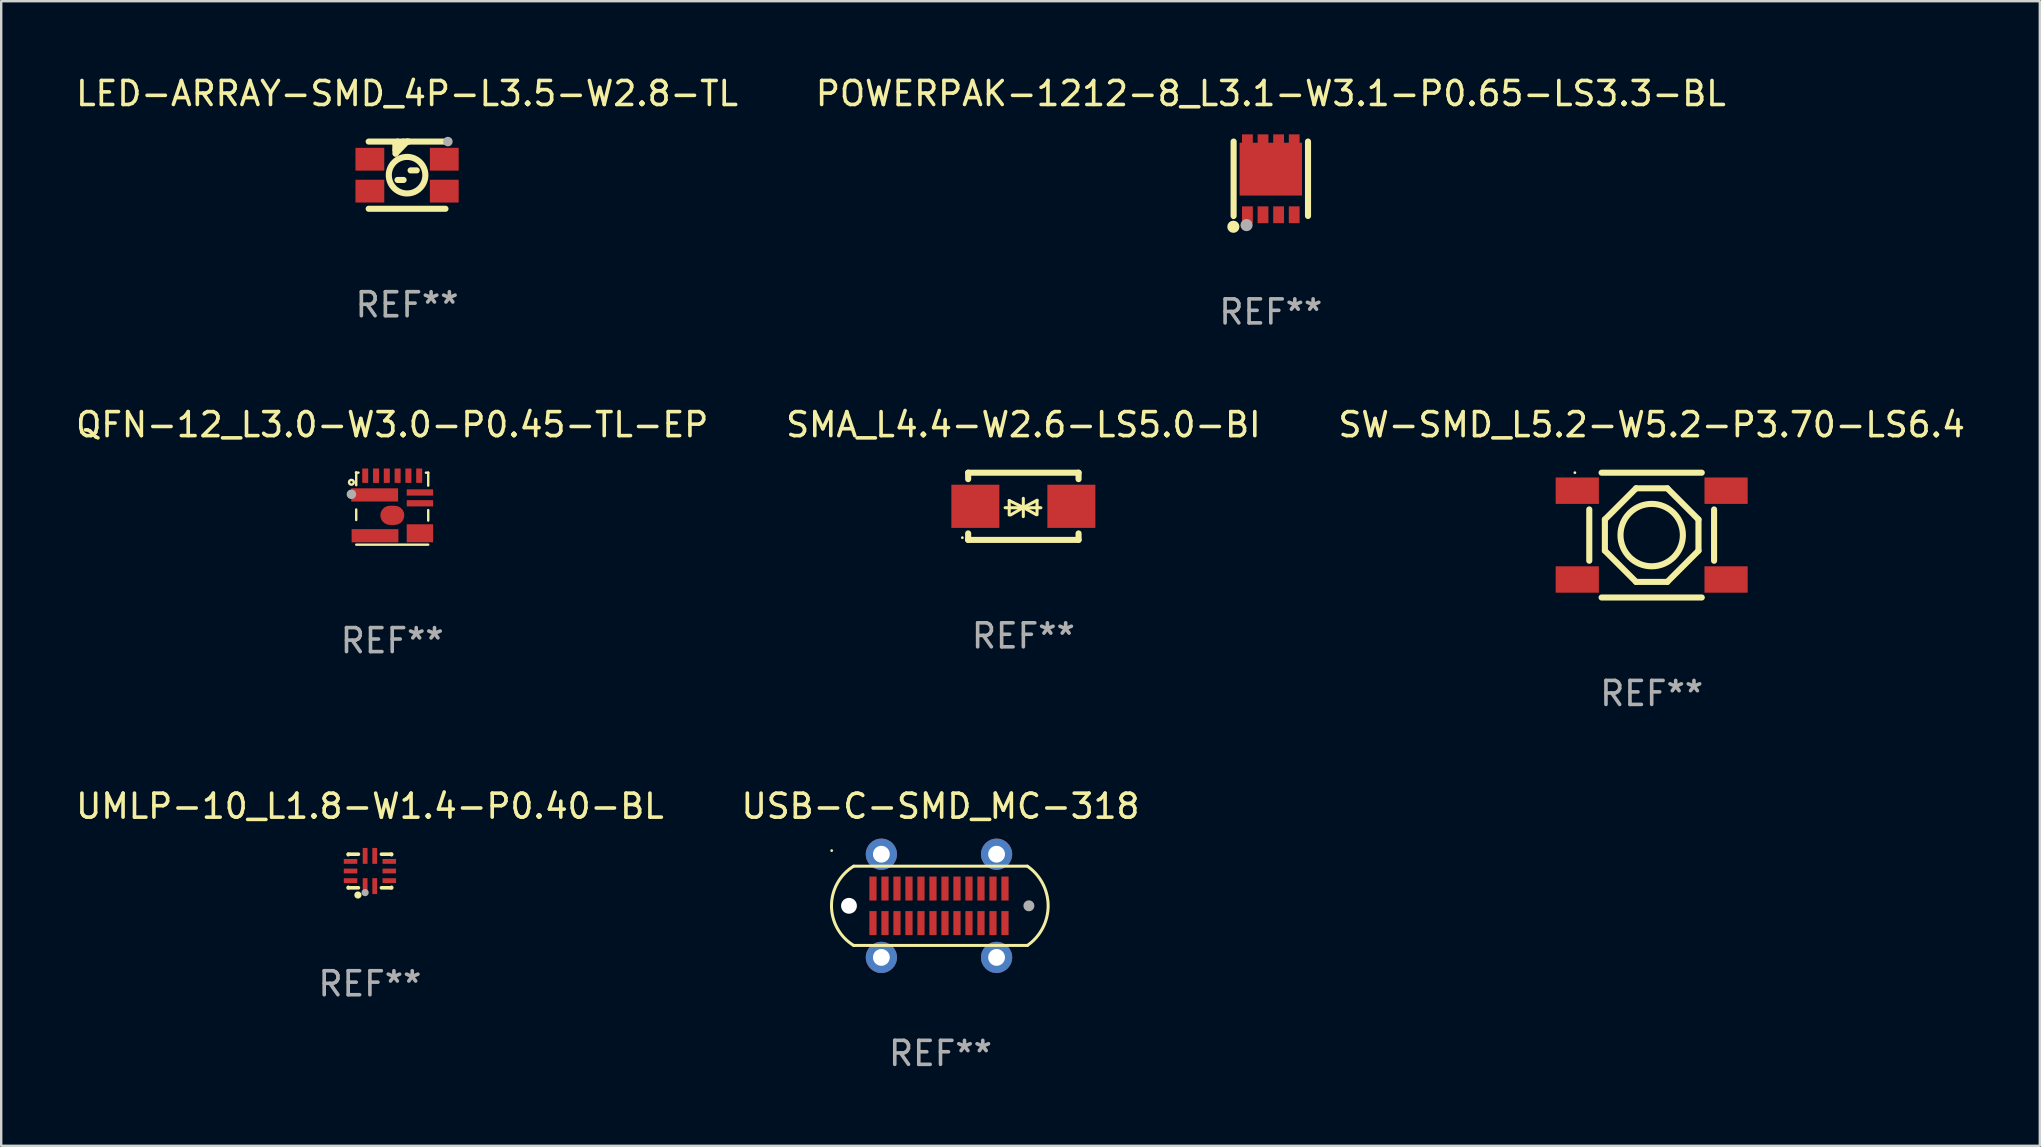
<source format=kicad_pcb>
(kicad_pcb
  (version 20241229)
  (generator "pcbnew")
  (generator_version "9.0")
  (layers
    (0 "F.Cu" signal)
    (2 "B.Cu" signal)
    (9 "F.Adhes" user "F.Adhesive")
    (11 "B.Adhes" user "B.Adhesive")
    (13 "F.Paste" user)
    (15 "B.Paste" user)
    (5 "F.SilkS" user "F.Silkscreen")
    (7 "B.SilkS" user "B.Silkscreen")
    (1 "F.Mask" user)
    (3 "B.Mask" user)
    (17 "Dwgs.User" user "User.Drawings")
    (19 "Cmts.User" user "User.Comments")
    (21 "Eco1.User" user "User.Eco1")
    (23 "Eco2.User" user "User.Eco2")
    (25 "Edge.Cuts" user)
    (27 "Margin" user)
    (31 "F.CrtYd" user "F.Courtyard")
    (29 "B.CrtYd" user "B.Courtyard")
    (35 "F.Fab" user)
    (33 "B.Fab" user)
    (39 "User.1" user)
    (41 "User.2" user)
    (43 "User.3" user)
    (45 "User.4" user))
  (footprint "SMA_L4.4-W2.6-LS5.0-BI"
    (layer "F.Cu")
    (at 39.589 18.045)
    (property "Reference" "SMA_L4.4-W2.6-LS5.0-BI" (at 0 -3.4 0) (layer "F.SilkS") (effects (font (size 1 1) (thickness 0.15))))
    (attr through_hole)
    (fp_line (start -2.3 -1.4) (end -2.3 -1.131) (stroke (width 0.254) (type solid)) (layer "F.SilkS"))
    (fp_line (start -2.3 -1.4) (end 2.3 -1.4) (stroke (width 0.254) (type solid)) (layer "F.SilkS"))
    (fp_line (start -2.3 1.131) (end -2.3 1.4) (stroke (width 0.254) (type solid)) (layer "F.SilkS"))
    (fp_line (start -2.3 1.4) (end 2.3 1.4) (stroke (width 0.254) (type solid)) (layer "F.SilkS"))
    (fp_line (start -0.76 0.06) (end 0.73 0.06) (stroke (width 0.127) (type solid)) (layer "F.SilkS"))
    (fp_line (start -0.59 -0.24) (end -0.59 0.36) (stroke (width 0.127) (type solid)) (layer "F.SilkS"))
    (fp_line (start -0.59 -0.24) (end -0.002 0.049) (stroke (width 0.127) (type solid)) (layer "F.SilkS"))
    (fp_line (start -0.53 0.36) (end -0.002 0.049) (stroke (width 0.127) (type solid)) (layer "F.SilkS"))
    (fp_line (start -0.002 0.049) (end -0.002 -0.332) (stroke (width 0.127) (type solid)) (layer "F.SilkS"))
    (fp_line (start -0.002 0.049) (end -0.002 0.43) (stroke (width 0.127) (type solid)) (layer "F.SilkS"))
    (fp_line (start 0.54 0.35) (end -0.002 0.049) (stroke (width 0.127) (type solid)) (layer "F.SilkS"))
    (fp_line (start 0.57 -0.25) (end -0.002 0.049) (stroke (width 0.127) (type solid)) (layer "F.SilkS"))
    (fp_line (start 0.57 -0.25) (end 0.57 0.35) (stroke (width 0.127) (type solid)) (layer "F.SilkS"))
    (fp_line (start 2.3 -1.4) (end 2.3 -1.131) (stroke (width 0.254) (type solid)) (layer "F.SilkS"))
    (fp_line (start 2.3 1.131) (end 2.3 1.4) (stroke (width 0.254) (type solid)) (layer "F.SilkS"))
    (fp_circle (center -2.542 1.308) (end -2.512 1.308) (stroke (width 0.06) (type solid)) (fill no) (layer "F.SilkS"))
    (fp_text user "REF**" (at 0 5.4 0) (layer "F.Fab") (effects (font (size 1 1) (thickness 0.15))))
    (pad "1" smd rect (at -2 0) (size 2 1.8) (layers "F.Cu" "F.Mask" "F.Paste"))
    (pad "2" smd rect (at 2 0) (size 2 1.8) (layers "F.Cu" "F.Mask" "F.Paste")))
  (footprint "LED-ARRAY-SMD_4P-L3.5-W2.8-TL"
    (layer "F.Cu")
    (at 13.911 4.249)
    (property "Reference" "LED-ARRAY-SMD_4P-L3.5-W2.8-TL" (at 0 -3.401 0) (layer "F.SilkS") (effects (font (size 1 1) (thickness 0.15))))
    (attr through_hole)
    (fp_line (start -1.6 -1.4) (end 1.6 -1.4) (stroke (width 0.254) (type solid)) (layer "F.SilkS"))
    (fp_line (start -0.479 -1.321) (end -0.4 -1.4) (stroke (width 0.254) (type solid)) (layer "F.SilkS"))
    (fp_line (start -0.479 -1.04) (end -0.479 -1.321) (stroke (width 0.254) (type solid)) (layer "F.SilkS"))
    (fp_line (start -0.478 -1.322) (end -0.478 -0.9) (stroke (width 0.254) (type solid)) (layer "F.SilkS"))
    (fp_line (start -0.478 -0.9) (end 0.000076 -1.4) (stroke (width 0.254) (type solid)) (layer "F.SilkS"))
    (fp_line (start -0.153 -1.4) (end -0.153 -1.366) (stroke (width 0.254) (type solid)) (layer "F.SilkS"))
    (fp_line (start -0.153 -1.366) (end -0.479 -1.04) (stroke (width 0.254) (type solid)) (layer "F.SilkS"))
    (fp_line (start -0.145 0.199) (end -0.399 0.199) (stroke (width 0.254) (type solid)) (layer "F.SilkS"))
    (fp_line (start 0.000076 -1.4) (end 0.068 -1.401) (stroke (width 0.254) (type solid)) (layer "F.SilkS"))
    (fp_line (start 0.401 -0.2) (end 0.147 -0.2) (stroke (width 0.254) (type solid)) (layer "F.SilkS"))
    (fp_line (start 1.6 1.4) (end -1.6 1.4) (stroke (width 0.254) (type solid)) (layer "F.SilkS"))
    (fp_circle (center 0.000254 -0.000127) (end 0.762 -0.000127) (stroke (width 0.254) (type solid)) (fill no) (layer "F.SilkS"))
    (fp_circle (center 1.75 -1.4) (end 1.78 -1.4) (stroke (width 0.06) (type solid)) (fill no) (layer "F.SilkS"))
    (fp_circle (center 1.7 -1.4) (end 1.8 -1.4) (stroke (width 0.2) (type solid)) (fill no) (layer "F.Fab"))
    (fp_text user "REF**" (at 0 5.4 0) (layer "F.Fab") (effects (font (size 1 1) (thickness 0.15))))
    (pad "1" smd rect (at 1.55 -0.665 180) (size 1.2 0.95) (layers "F.Cu" "F.Mask" "F.Paste"))
    (pad "2" smd rect (at 1.55 0.665 180) (size 1.2 0.95) (layers "F.Cu" "F.Mask" "F.Paste"))
    (pad "3" smd rect (at -1.55 0.665 180) (size 1.2 0.95) (layers "F.Cu" "F.Mask" "F.Paste"))
    (pad "4" smd rect (at -1.55 -0.665 180) (size 1.2 0.95) (layers "F.Cu" "F.Mask" "F.Paste")))
  (footprint "USB-C-SMD_MC-318"
    (layer "F.Cu")
    (at 36.073 34.691)
    (property "Reference" "USB-C-SMD_MC-318" (at 0.063 -4.15 0) (layer "F.SilkS") (effects (font (size 1 1) (thickness 0.15))))
    (attr through_hole)
    (fp_line (start -3.556 -1.651) (end 3.683 -1.651) (stroke (width 0.125) (type solid)) (layer "F.SilkS"))
    (fp_line (start -3.556 1.651) (end 3.683 1.651) (stroke (width 0.125) (type solid)) (layer "F.SilkS"))
    (fp_arc (start -3.556007 1.650902) (mid -4.478573 -0.000101) (end -3.556008 -1.651105) (stroke (width 0.125) (type solid)) (layer "F.SilkS"))
    (fp_arc (start 3.683007 -1.651105) (mid 4.548054 -0.000102) (end 3.683007 1.650901) (stroke (width 0.125) (type solid)) (layer "F.SilkS"))
    (fp_circle (center -4.47 -2.3) (end -4.44 -2.3) (stroke (width 0.06) (type solid)) (fill no) (layer "F.SilkS"))
    (fp_circle (center -2.4 -2.15) (end -2.075 -2.15) (stroke (width 0.65) (type solid)) (fill no) (layer "F.Paste"))
    (fp_circle (center -2.4 2.15) (end -2.075 2.15) (stroke (width 0.65) (type solid)) (fill no) (layer "F.Paste"))
    (fp_circle (center 2.4 -2.15) (end 2.725 -2.15) (stroke (width 0.65) (type solid)) (fill no) (layer "F.Paste"))
    (fp_circle (center 2.4 2.15) (end 2.725 2.15) (stroke (width 0.65) (type solid)) (fill no) (layer "F.Paste"))
    (fp_circle (center -3.75 -0.000127) (end -3.635 -0.000127) (stroke (width 0.23) (type solid)) (fill no) (layer "F.Fab"))
    (fp_circle (center 3.746 -0.000178) (end 3.861 -0.000178) (stroke (width 0.23) (type solid)) (fill no) (layer "F.Fab"))
    (fp_text user "REF**" (at 0.063 6.15 0) (layer "F.Fab") (effects (font (size 1 1) (thickness 0.15))))
    (pad "" np_thru_hole circle (at -3.75 -0.000127) (size 0.66 0.66) (drill 0.66) (layers "*.Cu" "*.Mask"))
    (pad "1" thru_hole circle (at -2.4 2.15) (size 1.3 1.3) (drill 0.7) (layers "*.Cu" "*.Mask"))
    (pad "2" thru_hole circle (at 2.4 2.15) (size 1.3 1.3) (drill 0.7) (layers "*.Cu" "*.Mask"))
    (pad "3" thru_hole circle (at 2.4 -2.15) (size 1.3 1.3) (drill 0.7) (layers "*.Cu" "*.Mask"))
    (pad "4" thru_hole circle (at -2.4 -2.15) (size 1.3 1.3) (drill 0.7) (layers "*.Cu" "*.Mask"))
    (pad "A1" smd rect (at -2.75 -0.72) (size 0.3 1) (layers "F.Cu" "F.Mask" "F.Paste"))
    (pad "A2" smd rect (at -2.25 -0.72) (size 0.3 1) (layers "F.Cu" "F.Mask" "F.Paste"))
    (pad "A3" smd rect (at -1.75 -0.72) (size 0.3 1) (layers "F.Cu" "F.Mask" "F.Paste"))
    (pad "A4" smd rect (at -1.25 -0.72) (size 0.3 1) (layers "F.Cu" "F.Mask" "F.Paste"))
    (pad "A5" smd rect (at -0.75 -0.72) (size 0.3 1) (layers "F.Cu" "F.Mask" "F.Paste"))
    (pad "A6" smd rect (at -0.25 -0.72) (size 0.3 1) (layers "F.Cu" "F.Mask" "F.Paste"))
    (pad "A7" smd rect (at 0.25 -0.72) (size 0.3 1) (layers "F.Cu" "F.Mask" "F.Paste"))
    (pad "A8" smd rect (at 0.75 -0.72) (size 0.3 1) (layers "F.Cu" "F.Mask" "F.Paste"))
    (pad "A9" smd rect (at 1.25 -0.72) (size 0.3 1) (layers "F.Cu" "F.Mask" "F.Paste"))
    (pad "A10" smd rect (at 1.75 -0.72) (size 0.3 1) (layers "F.Cu" "F.Mask" "F.Paste"))
    (pad "A11" smd rect (at 2.25 -0.72) (size 0.3 1) (layers "F.Cu" "F.Mask" "F.Paste"))
    (pad "A12" smd rect (at 2.75 -0.72) (size 0.3 1) (layers "F.Cu" "F.Mask" "F.Paste"))
    (pad "B1" smd rect (at 2.75 0.72) (size 0.3 1) (layers "F.Cu" "F.Mask" "F.Paste"))
    (pad "B2" smd rect (at 2.25 0.72) (size 0.3 1) (layers "F.Cu" "F.Mask" "F.Paste"))
    (pad "B3" smd rect (at 1.75 0.72) (size 0.3 1) (layers "F.Cu" "F.Mask" "F.Paste"))
    (pad "B4" smd rect (at 1.25 0.72) (size 0.3 1) (layers "F.Cu" "F.Mask" "F.Paste"))
    (pad "B5" smd rect (at 0.75 0.72) (size 0.3 1) (layers "F.Cu" "F.Mask" "F.Paste"))
    (pad "B6" smd rect (at 0.25 0.72) (size 0.3 1) (layers "F.Cu" "F.Mask" "F.Paste"))
    (pad "B7" smd rect (at -0.25 0.72) (size 0.3 1) (layers "F.Cu" "F.Mask" "F.Paste"))
    (pad "B8" smd rect (at -0.75 0.72) (size 0.3 1) (layers "F.Cu" "F.Mask" "F.Paste"))
    (pad "B9" smd rect (at -1.25 0.72) (size 0.3 1) (layers "F.Cu" "F.Mask" "F.Paste"))
    (pad "B10" smd rect (at -1.75 0.72) (size 0.3 1) (layers "F.Cu" "F.Mask" "F.Paste"))
    (pad "B11" smd rect (at -2.25 0.72) (size 0.3 1) (layers "F.Cu" "F.Mask" "F.Paste"))
    (pad "B12" smd rect (at -2.75 0.72) (size 0.3 1) (layers "F.Cu" "F.Mask" "F.Paste")))
  (footprint "POWERPAK-1212-8_L3.1-W3.1-P0.65-LS3.3-BL"
    (layer "F.Cu")
    (at 49.899 4.398)
    (property "Reference" "POWERPAK-1212-8_L3.1-W3.1-P0.65-LS3.3-BL" (at 0 -3.55 0) (layer "F.SilkS") (effects (font (size 1 1) (thickness 0.15))))
    (attr through_hole)
    (fp_line (start -1.55 1.55) (end -1.55 -1.55) (stroke (width 0.254) (type solid)) (layer "F.SilkS"))
    (fp_line (start 1.55 -1.55) (end 1.55 1.55) (stroke (width 0.254) (type solid)) (layer "F.SilkS"))
    (fp_circle (center -1.56 1.625) (end -1.53 1.625) (stroke (width 0.06) (type solid)) (fill no) (layer "F.SilkS"))
    (fp_circle (center -1.56 2) (end -1.433 2) (stroke (width 0.254) (type solid)) (fill no) (layer "F.SilkS"))
    (fp_circle (center -1.011 1.931) (end -0.884 1.931) (stroke (width 0.254) (type solid)) (fill no) (layer "F.Fab"))
    (fp_text user "REF**" (at 0 5.55 0) (layer "F.Fab") (effects (font (size 1 1) (thickness 0.15))))
    (pad "1" smd rect (at -0.975 1.5) (size 0.45 0.7) (layers "F.Cu" "F.Mask" "F.Paste"))
    (pad "2" smd rect (at -0.325 1.5) (size 0.45 0.7) (layers "F.Cu" "F.Mask" "F.Paste"))
    (pad "3" smd rect (at 0.325 1.5) (size 0.45 0.7) (layers "F.Cu" "F.Mask" "F.Paste"))
    (pad "4" smd rect (at 0.975 1.5) (size 0.45 0.7) (layers "F.Cu" "F.Mask" "F.Paste"))
    (pad "5" smd rect (at 0.975 -1.5) (size 0.45 0.7) (layers "F.Cu" "F.Mask" "F.Paste"))
    (pad "6" smd rect (at 0.325 -1.5) (size 0.45 0.7) (layers "F.Cu" "F.Mask" "F.Paste"))
    (pad "7" smd rect (at -0.325 -1.5) (size 0.45 0.7) (layers "F.Cu" "F.Mask" "F.Paste"))
    (pad "8" smd rect (at -0.975 -1.5) (size 0.45 0.7) (layers "F.Cu" "F.Mask" "F.Paste"))
    (pad "8" smd rect (at 0.000127 -0.4) (size 2.6 2.2) (layers "F.Cu" "F.Mask" "F.Paste")))
  (footprint "QFN-12_L3.0-W3.0-P0.45-TL-EP"
    (layer "F.Cu")
    (at 13.307 17.971)
    (property "Reference" "QFN-12_L3.0-W3.0-P0.45-TL-EP" (at -0.015 -3.327 180) (layer "F.SilkS") (effects (font (size 1 1) (thickness 0.15))))
    (attr through_hole)
    (fp_line (start -1.515 -1.327) (end -1.42 -1.327) (stroke (width 0.1) (type solid)) (layer "F.SilkS"))
    (fp_line (start -1.515 -0.804) (end -1.515 -1.327) (stroke (width 0.1) (type solid)) (layer "F.SilkS"))
    (fp_line (start -1.515 0.645) (end -1.515 0.206) (stroke (width 0.1) (type solid)) (layer "F.SilkS"))
    (fp_line (start 1.389 -1.327) (end 1.485 -1.327) (stroke (width 0.1) (type solid)) (layer "F.SilkS"))
    (fp_line (start 1.485 -1.327) (end 1.485 -0.786) (stroke (width 0.1) (type solid)) (layer "F.SilkS"))
    (fp_line (start 1.485 0.232) (end 1.485 0.669) (stroke (width 0.1) (type solid)) (layer "F.SilkS"))
    (fp_line (start 1.485 1.673) (end -1.515 1.673) (stroke (width 0.1) (type solid)) (layer "F.SilkS"))
    (fp_circle (center -1.715 -0.927) (end -1.615 -0.927) (stroke (width 0.1) (type solid)) (fill no) (layer "F.SilkS"))
    (fp_circle (center -1.521 -1.327) (end -1.491 -1.327) (stroke (width 0.06) (type solid)) (fill no) (layer "F.SilkS"))
    (fp_circle (center -1.715 -0.427) (end -1.615 -0.427) (stroke (width 0.2) (type solid)) (fill no) (layer "F.Fab"))
    (fp_text user "REF**" (at -0.015 5.673 180) (layer "F.Fab") (effects (font (size 1 1) (thickness 0.15))))
    (pad "1" smd rect (at -0.746 -0.4) (size 1.95 0.55) (layers "F.Cu" "F.Mask" "F.Paste"))
    (pad "2" smd roundrect (at -0.01 0.45) (size 1 0.8) (layers "F.Cu" "F.Mask" "F.Paste") (roundrect_rratio 0.5))
    (pad "3" smd rect (at -0.732 1.301 180) (size 1.95 0.55) (layers "F.Cu" "F.Mask" "F.Paste"))
    (pad "4" smd rect (at 1.14 1.198) (size 1.1 0.75) (layers "F.Cu" "F.Mask" "F.Paste"))
    (pad "5" smd rect (at 1.14 -0.052) (size 1.1 0.26) (layers "F.Cu" "F.Mask" "F.Paste"))
    (pad "6" smd rect (at 1.14 -0.502) (size 1.1 0.26) (layers "F.Cu" "F.Mask" "F.Paste"))
    (pad "7" smd rect (at 1.109 -1.201) (size 0.25 0.6) (layers "F.Cu" "F.Mask" "F.Paste"))
    (pad "8" smd rect (at 0.66 -1.201) (size 0.25 0.6) (layers "F.Cu" "F.Mask" "F.Paste"))
    (pad "9" smd rect (at 0.21 -1.201) (size 0.25 0.6) (layers "F.Cu" "F.Mask" "F.Paste"))
    (pad "10" smd rect (at -0.241 -1.201) (size 0.25 0.6) (layers "F.Cu" "F.Mask" "F.Paste"))
    (pad "11" smd rect (at -0.69 -1.201) (size 0.25 0.6) (layers "F.Cu" "F.Mask" "F.Paste"))
    (pad "12" smd rect (at -1.14 -1.201) (size 0.25 0.6) (layers "F.Cu" "F.Mask" "F.Paste")))
  (footprint "SW-SMD_L5.2-W5.2-P3.70-LS6.4"
    (layer "F.Cu")
    (at 65.768 19.245)
    (property "Reference" "SW-SMD_L5.2-W5.2-P3.70-LS6.4" (at 0 -4.6 0) (layer "F.SilkS") (effects (font (size 1 1) (thickness 0.15))))
    (attr through_hole)
    (fp_line (start -2.6 1.069) (end -2.6 -1.069) (stroke (width 0.254) (type solid)) (layer "F.SilkS"))
    (fp_line (start -2.087 -2.6) (end 2.087 -2.6) (stroke (width 0.254) (type solid)) (layer "F.SilkS"))
    (fp_line (start -1.95 -0.65) (end -0.65 -1.95) (stroke (width 0.254) (type solid)) (layer "F.SilkS"))
    (fp_line (start -1.95 0.65) (end -1.95 -0.65) (stroke (width 0.254) (type solid)) (layer "F.SilkS"))
    (fp_line (start -0.65 -1.95) (end 0.65 -1.95) (stroke (width 0.254) (type solid)) (layer "F.SilkS"))
    (fp_line (start -0.65 1.95) (end -1.95 0.65) (stroke (width 0.254) (type solid)) (layer "F.SilkS"))
    (fp_line (start 0.65 -1.95) (end 1.95 -0.65) (stroke (width 0.254) (type solid)) (layer "F.SilkS"))
    (fp_line (start 0.65 1.95) (end -0.65 1.95) (stroke (width 0.254) (type solid)) (layer "F.SilkS"))
    (fp_line (start 1.95 -0.65) (end 1.95 0.65) (stroke (width 0.254) (type solid)) (layer "F.SilkS"))
    (fp_line (start 1.95 0.65) (end 0.65 1.95) (stroke (width 0.254) (type solid)) (layer "F.SilkS"))
    (fp_line (start 2.087 2.6) (end -2.087 2.6) (stroke (width 0.254) (type solid)) (layer "F.SilkS"))
    (fp_line (start 2.6 -1.069) (end 2.6 1.069) (stroke (width 0.254) (type solid)) (layer "F.SilkS"))
    (fp_circle (center -3.2 -2.6) (end -3.17 -2.6) (stroke (width 0.06) (type solid)) (fill no) (layer "F.SilkS"))
    (fp_circle (center 0 -0.000127) (end 1.3 -0.000127) (stroke (width 0.254) (type solid)) (fill no) (layer "F.SilkS"))
    (fp_text user "REF**" (at 0 6.6 0) (layer "F.Fab") (effects (font (size 1 1) (thickness 0.15))))
    (pad "1" smd rect (at -3.1 -1.85) (size 1.8 1.1) (layers "F.Cu" "F.Mask" "F.Paste"))
    (pad "1" smd rect (at 3.1 -1.85) (size 1.8 1.1) (layers "F.Cu" "F.Mask" "F.Paste"))
    (pad "2" smd rect (at -3.1 1.85) (size 1.8 1.1) (layers "F.Cu" "F.Mask" "F.Paste"))
    (pad "2" smd rect (at 3.1 1.85) (size 1.8 1.1) (layers "F.Cu" "F.Mask" "F.Paste")))
  (footprint "UMLP-10_L1.8-W1.4-P0.40-BL"
    (layer "F.Cu")
    (at 12.363 33.241)
    (property "Reference" "UMLP-10_L1.8-W1.4-P0.40-BL" (at 0 -2.7 0) (layer "F.SilkS") (effects (font (size 1 1) (thickness 0.15))))
    (attr through_hole)
    (fp_line (start -0.9 -0.7) (end -0.9 -0.68) (stroke (width 0.152) (type solid)) (layer "F.SilkS"))
    (fp_line (start -0.9 0.68) (end -0.9 0.7) (stroke (width 0.152) (type solid)) (layer "F.SilkS"))
    (fp_line (start -0.9 0.7) (end -0.48 0.7) (stroke (width 0.152) (type solid)) (layer "F.SilkS"))
    (fp_line (start -0.48 -0.7) (end -0.9 -0.7) (stroke (width 0.152) (type solid)) (layer "F.SilkS"))
    (fp_line (start 0.48 0.7) (end 0.9 0.7) (stroke (width 0.152) (type solid)) (layer "F.SilkS"))
    (fp_line (start 0.9 -0.7) (end 0.48 -0.7) (stroke (width 0.152) (type solid)) (layer "F.SilkS"))
    (fp_line (start 0.9 -0.68) (end 0.9 -0.7) (stroke (width 0.152) (type solid)) (layer "F.SilkS"))
    (fp_line (start 0.9 0.7) (end 0.9 0.68) (stroke (width 0.152) (type solid)) (layer "F.SilkS"))
    (fp_circle (center -0.9 0.7) (end -0.87 0.7) (stroke (width 0.06) (type solid)) (fill no) (layer "F.SilkS"))
    (fp_circle (center -0.5 1) (end -0.425 1) (stroke (width 0.15) (type solid)) (fill no) (layer "F.SilkS"))
    (fp_circle (center -0.2 0.9) (end -0.125 0.9) (stroke (width 0.15) (type solid)) (fill no) (layer "F.Fab"))
    (fp_text user "REF**" (at 0 4.7 0) (layer "F.Fab") (effects (font (size 1 1) (thickness 0.15))))
    (pad "1" smd rect (at -0.2 0.63) (size 0.2 0.663) (layers "F.Cu" "F.Mask" "F.Paste"))
    (pad "2" smd rect (at 0.2 0.63) (size 0.2 0.663) (layers "F.Cu" "F.Mask" "F.Paste"))
    (pad "3" smd rect (at 0.807 0.4) (size 0.563 0.2) (layers "F.Cu" "F.Mask" "F.Paste"))
    (pad "4" smd rect (at 0.807 0) (size 0.563 0.2) (layers "F.Cu" "F.Mask" "F.Paste"))
    (pad "5" smd rect (at 0.807 -0.4) (size 0.563 0.2) (layers "F.Cu" "F.Mask" "F.Paste"))
    (pad "6" smd rect (at 0.2 -0.63) (size 0.2 0.663) (layers "F.Cu" "F.Mask" "F.Paste"))
    (pad "7" smd rect (at -0.2 -0.63) (size 0.2 0.663) (layers "F.Cu" "F.Mask" "F.Paste"))
    (pad "8" smd rect (at -0.807 -0.4) (size 0.563 0.2) (layers "F.Cu" "F.Mask" "F.Paste"))
    (pad "9" smd rect (at -0.807 0) (size 0.563 0.2) (layers "F.Cu" "F.Mask" "F.Paste"))
    (pad "10" smd rect (at -0.807 0.4) (size 0.563 0.2) (layers "F.Cu" "F.Mask" "F.Paste")))
  (gr_rect
    (start -3 -3)
    (end 81.94 44.689)
    (stroke (width 0.1) (type default))
    (fill no)
    (layer "Edge.Cuts")))
</source>
